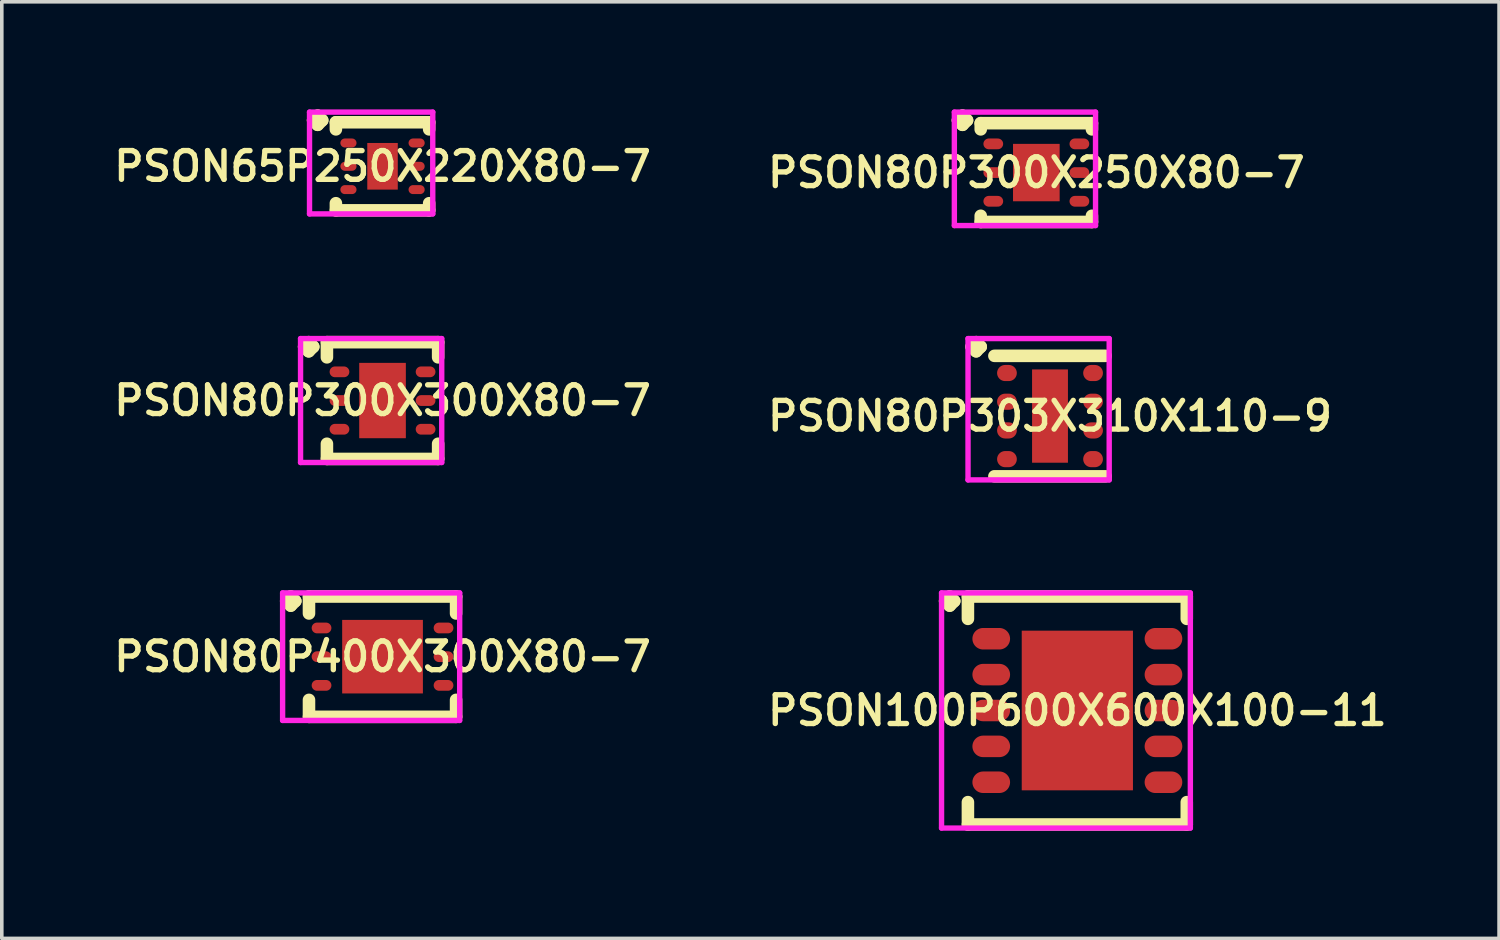
<source format=kicad_pcb>
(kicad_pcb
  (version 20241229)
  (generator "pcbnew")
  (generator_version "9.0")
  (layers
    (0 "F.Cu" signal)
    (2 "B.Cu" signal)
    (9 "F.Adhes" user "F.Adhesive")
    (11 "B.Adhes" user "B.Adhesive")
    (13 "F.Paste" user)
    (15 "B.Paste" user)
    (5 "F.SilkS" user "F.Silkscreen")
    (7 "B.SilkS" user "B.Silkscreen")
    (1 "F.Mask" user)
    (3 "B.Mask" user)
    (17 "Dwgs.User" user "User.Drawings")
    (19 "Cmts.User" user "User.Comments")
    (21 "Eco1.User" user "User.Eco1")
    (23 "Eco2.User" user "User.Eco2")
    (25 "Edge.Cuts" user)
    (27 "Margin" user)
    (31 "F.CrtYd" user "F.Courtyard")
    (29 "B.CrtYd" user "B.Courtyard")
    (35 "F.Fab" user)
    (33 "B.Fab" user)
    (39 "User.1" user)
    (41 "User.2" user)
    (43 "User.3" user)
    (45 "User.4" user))
  (footprint "PSON80P300X250X80-7"
    (layer "F.Cu")
    (at 25.835 1.76)
    (property "Reference" "PSON80P300X250X80-7" (at 0 0 0) (layer "F.SilkS") (effects (font (size 0.8 0.8) (thickness 0.15))))
    (attr smd)
    (fp_line (start -2.185 -1.458) (end -2.058 -1.585) (stroke (width 0.35) (type solid)) (layer "F.SilkS"))
    (fp_line (start -2.058 -1.585) (end -1.931 -1.458) (stroke (width 0.35) (type solid)) (layer "F.SilkS"))
    (fp_line (start -2.058 -1.331) (end -2.185 -1.458) (stroke (width 0.35) (type solid)) (layer "F.SilkS"))
    (fp_line (start -1.931 -1.458) (end -2.058 -1.331) (stroke (width 0.35) (type solid)) (layer "F.SilkS"))
    (fp_line (start -1.55 -1.377) (end 1.55 -1.377) (stroke (width 0.35) (type solid)) (layer "F.SilkS"))
    (fp_line (start -1.55 -1.204) (end -1.55 -1.377) (stroke (width 0.35) (type solid)) (layer "F.SilkS"))
    (fp_line (start -1.55 1.204) (end -1.55 1.377) (stroke (width 0.35) (type solid)) (layer "F.SilkS"))
    (fp_line (start -1.55 1.377) (end 1.55 1.377) (stroke (width 0.35) (type solid)) (layer "F.SilkS"))
    (fp_line (start 1.55 -1.377) (end 1.55 -1.204) (stroke (width 0.35) (type solid)) (layer "F.SilkS"))
    (fp_line (start 1.55 1.377) (end 1.55 1.204) (stroke (width 0.35) (type solid)) (layer "F.SilkS"))
    (fp_line (start -2.285 -1.685) (end 1.65 -1.685) (stroke (width 0.15) (type solid)) (layer "F.CrtYd"))
    (fp_line (start -2.285 1.477) (end -2.285 -1.685) (stroke (width 0.15) (type solid)) (layer "F.CrtYd"))
    (fp_line (start 1.65 -1.685) (end 1.65 1.477) (stroke (width 0.15) (type solid)) (layer "F.CrtYd"))
    (fp_line (start 1.65 1.477) (end -2.285 1.477) (stroke (width 0.15) (type solid)) (layer "F.CrtYd"))
    (pad "1" smd oval (at -1.2 -0.8) (size 0.55 0.3) (layers "F.Cu" "F.Mask" "F.Paste"))
    (pad "2" smd oval (at -1.2 0) (size 0.55 0.3) (layers "F.Cu" "F.Mask" "F.Paste"))
    (pad "3" smd oval (at -1.2 0.8) (size 0.55 0.3) (layers "F.Cu" "F.Mask" "F.Paste"))
    (pad "4" smd oval (at 1.2 0.8) (size 0.55 0.3) (layers "F.Cu" "F.Mask" "F.Paste"))
    (pad "5" smd oval (at 1.2 0) (size 0.55 0.3) (layers "F.Cu" "F.Mask" "F.Paste"))
    (pad "6" smd oval (at 1.2 -0.8) (size 0.55 0.3) (layers "F.Cu" "F.Mask" "F.Paste"))
    (pad "7" smd rect (at 0 0) (size 1.3 1.6) (layers "F.Cu" "F.Mask" "F.Paste")))
  (footprint "PSON65P250X220X80-7"
    (layer "F.Cu")
    (at 7.612 1.585)
    (property "Reference" "PSON65P250X220X80-7" (at 0 0 0) (layer "F.SilkS") (effects (font (size 0.8 0.8) (thickness 0.15))))
    (attr smd)
    (fp_line (start -1.935 -1.283) (end -1.808 -1.41) (stroke (width 0.35) (type solid)) (layer "F.SilkS"))
    (fp_line (start -1.808 -1.41) (end -1.681 -1.283) (stroke (width 0.35) (type solid)) (layer "F.SilkS"))
    (fp_line (start -1.808 -1.156) (end -1.935 -1.283) (stroke (width 0.35) (type solid)) (layer "F.SilkS"))
    (fp_line (start -1.681 -1.283) (end -1.808 -1.156) (stroke (width 0.35) (type solid)) (layer "F.SilkS"))
    (fp_line (start -1.3 -1.227) (end 1.3 -1.227) (stroke (width 0.35) (type solid)) (layer "F.SilkS"))
    (fp_line (start -1.3 -1.029) (end -1.3 -1.227) (stroke (width 0.35) (type solid)) (layer "F.SilkS"))
    (fp_line (start -1.3 1.029) (end -1.3 1.227) (stroke (width 0.35) (type solid)) (layer "F.SilkS"))
    (fp_line (start -1.3 1.227) (end 1.3 1.227) (stroke (width 0.35) (type solid)) (layer "F.SilkS"))
    (fp_line (start 1.3 -1.227) (end 1.3 -1.029) (stroke (width 0.35) (type solid)) (layer "F.SilkS"))
    (fp_line (start 1.3 1.227) (end 1.3 1.029) (stroke (width 0.35) (type solid)) (layer "F.SilkS"))
    (fp_line (start -2.035 -1.51) (end 1.4 -1.51) (stroke (width 0.15) (type solid)) (layer "F.CrtYd"))
    (fp_line (start -2.035 1.327) (end -2.035 -1.51) (stroke (width 0.15) (type solid)) (layer "F.CrtYd"))
    (fp_line (start 1.4 -1.51) (end 1.4 1.327) (stroke (width 0.15) (type solid)) (layer "F.CrtYd"))
    (fp_line (start 1.4 1.327) (end -2.035 1.327) (stroke (width 0.15) (type solid)) (layer "F.CrtYd"))
    (pad "1" smd oval (at -0.95 -0.65) (size 0.45 0.25) (layers "F.Cu" "F.Mask" "F.Paste"))
    (pad "2" smd oval (at -0.95 0) (size 0.45 0.25) (layers "F.Cu" "F.Mask" "F.Paste"))
    (pad "3" smd oval (at -0.95 0.65) (size 0.45 0.25) (layers "F.Cu" "F.Mask" "F.Paste"))
    (pad "4" smd oval (at 0.95 0.65) (size 0.45 0.25) (layers "F.Cu" "F.Mask" "F.Paste"))
    (pad "5" smd oval (at 0.95 0) (size 0.45 0.25) (layers "F.Cu" "F.Mask" "F.Paste"))
    (pad "6" smd oval (at 0.95 -0.65) (size 0.45 0.25) (layers "F.Cu" "F.Mask" "F.Paste"))
    (pad "7" smd rect (at 0 0) (size 0.85 1.3) (layers "F.Cu" "F.Mask" "F.Paste")))
  (footprint "PSON80P300X300X80-7"
    (layer "F.Cu")
    (at 7.612 8.114)
    (property "Reference" "PSON80P300X300X80-7" (at 0 0 0) (layer "F.SilkS") (effects (font (size 0.8 0.8) (thickness 0.15))))
    (attr smd)
    (fp_line (start -2.185 -1.5) (end -2.058 -1.627) (stroke (width 0.35) (type solid)) (layer "F.SilkS"))
    (fp_line (start -2.058 -1.627) (end -1.931 -1.5) (stroke (width 0.35) (type solid)) (layer "F.SilkS"))
    (fp_line (start -2.058 -1.373) (end -2.185 -1.5) (stroke (width 0.35) (type solid)) (layer "F.SilkS"))
    (fp_line (start -1.931 -1.5) (end -2.058 -1.373) (stroke (width 0.35) (type solid)) (layer "F.SilkS"))
    (fp_line (start -1.55 -1.627) (end 1.55 -1.627) (stroke (width 0.35) (type solid)) (layer "F.SilkS"))
    (fp_line (start -1.55 -1.204) (end -1.55 -1.627) (stroke (width 0.35) (type solid)) (layer "F.SilkS"))
    (fp_line (start -1.55 1.204) (end -1.55 1.627) (stroke (width 0.35) (type solid)) (layer "F.SilkS"))
    (fp_line (start -1.55 1.627) (end 1.55 1.627) (stroke (width 0.35) (type solid)) (layer "F.SilkS"))
    (fp_line (start 1.55 -1.627) (end 1.55 -1.204) (stroke (width 0.35) (type solid)) (layer "F.SilkS"))
    (fp_line (start 1.55 1.627) (end 1.55 1.204) (stroke (width 0.35) (type solid)) (layer "F.SilkS"))
    (fp_line (start -2.285 -1.727) (end 1.65 -1.727) (stroke (width 0.15) (type solid)) (layer "F.CrtYd"))
    (fp_line (start -2.285 1.727) (end -2.285 -1.727) (stroke (width 0.15) (type solid)) (layer "F.CrtYd"))
    (fp_line (start 1.65 -1.727) (end 1.65 1.727) (stroke (width 0.15) (type solid)) (layer "F.CrtYd"))
    (fp_line (start 1.65 1.727) (end -2.285 1.727) (stroke (width 0.15) (type solid)) (layer "F.CrtYd"))
    (pad "1" smd oval (at -1.2 -0.8) (size 0.55 0.3) (layers "F.Cu" "F.Mask" "F.Paste"))
    (pad "2" smd oval (at -1.2 0) (size 0.55 0.3) (layers "F.Cu" "F.Mask" "F.Paste"))
    (pad "3" smd oval (at -1.2 0.8) (size 0.55 0.3) (layers "F.Cu" "F.Mask" "F.Paste"))
    (pad "4" smd oval (at 1.2 0.8) (size 0.55 0.3) (layers "F.Cu" "F.Mask" "F.Paste"))
    (pad "5" smd oval (at 1.2 0) (size 0.55 0.3) (layers "F.Cu" "F.Mask" "F.Paste"))
    (pad "6" smd oval (at 1.2 -0.8) (size 0.55 0.3) (layers "F.Cu" "F.Mask" "F.Paste"))
    (pad "7" smd rect (at 0 0) (size 1.3 2.1) (layers "F.Cu" "F.Mask" "F.Paste")))
  (footprint "PSON100P600X600X100-11"
    (layer "F.Cu")
    (at 26.978 16.753)
    (property "Reference" "PSON100P600X600X100-11" (at 0 0 0) (layer "F.SilkS") (effects (font (size 0.8 0.8) (thickness 0.15))))
    (attr smd)
    (fp_line (start -3.685 -3.05) (end -3.558 -3.177) (stroke (width 0.35) (type solid)) (layer "F.SilkS"))
    (fp_line (start -3.558 -3.177) (end -3.431 -3.05) (stroke (width 0.35) (type solid)) (layer "F.SilkS"))
    (fp_line (start -3.558 -2.923) (end -3.685 -3.05) (stroke (width 0.35) (type solid)) (layer "F.SilkS"))
    (fp_line (start -3.431 -3.05) (end -3.558 -2.923) (stroke (width 0.35) (type solid)) (layer "F.SilkS"))
    (fp_line (start -3.05 -3.177) (end 3.05 -3.177) (stroke (width 0.35) (type solid)) (layer "F.SilkS"))
    (fp_line (start -3.05 -2.554) (end -3.05 -3.177) (stroke (width 0.35) (type solid)) (layer "F.SilkS"))
    (fp_line (start -3.05 2.554) (end -3.05 3.177) (stroke (width 0.35) (type solid)) (layer "F.SilkS"))
    (fp_line (start -3.05 3.177) (end 3.05 3.177) (stroke (width 0.35) (type solid)) (layer "F.SilkS"))
    (fp_line (start 3.05 -3.177) (end 3.05 -2.554) (stroke (width 0.35) (type solid)) (layer "F.SilkS"))
    (fp_line (start 3.05 3.177) (end 3.05 2.554) (stroke (width 0.35) (type solid)) (layer "F.SilkS"))
    (fp_line (start -3.785 -3.277) (end 3.15 -3.277) (stroke (width 0.15) (type solid)) (layer "F.CrtYd"))
    (fp_line (start -3.785 3.277) (end -3.785 -3.277) (stroke (width 0.15) (type solid)) (layer "F.CrtYd"))
    (fp_line (start 3.15 -3.277) (end 3.15 3.277) (stroke (width 0.15) (type solid)) (layer "F.CrtYd"))
    (fp_line (start 3.15 3.277) (end -3.785 3.277) (stroke (width 0.15) (type solid)) (layer "F.CrtYd"))
    (pad "1" smd oval (at -2.4 -2) (size 1.05 0.6) (layers "F.Cu" "F.Mask" "F.Paste"))
    (pad "2" smd oval (at -2.4 -1) (size 1.05 0.6) (layers "F.Cu" "F.Mask" "F.Paste"))
    (pad "3" smd oval (at -2.4 0) (size 1.05 0.6) (layers "F.Cu" "F.Mask" "F.Paste"))
    (pad "4" smd oval (at -2.4 1) (size 1.05 0.6) (layers "F.Cu" "F.Mask" "F.Paste"))
    (pad "5" smd oval (at -2.4 2) (size 1.05 0.6) (layers "F.Cu" "F.Mask" "F.Paste"))
    (pad "6" smd oval (at 2.4 2) (size 1.05 0.6) (layers "F.Cu" "F.Mask" "F.Paste"))
    (pad "7" smd oval (at 2.4 1) (size 1.05 0.6) (layers "F.Cu" "F.Mask" "F.Paste"))
    (pad "8" smd oval (at 2.4 0) (size 1.05 0.6) (layers "F.Cu" "F.Mask" "F.Paste"))
    (pad "9" smd oval (at 2.4 -1) (size 1.05 0.6) (layers "F.Cu" "F.Mask" "F.Paste"))
    (pad "10" smd oval (at 2.4 -2) (size 1.05 0.6) (layers "F.Cu" "F.Mask" "F.Paste"))
    (pad "11" smd rect (at 0 0) (size 3.1 4.45) (layers "F.Cu" "F.Mask" "F.Paste")))
  (footprint "PSON80P303X310X110-9"
    (layer "F.Cu")
    (at 26.216 8.547)
    (property "Reference" "PSON80P303X310X110-9" (at 0 0 0) (layer "F.SilkS") (effects (font (size 0.8 0.8) (thickness 0.15))))
    (attr smd)
    (fp_line (start -2.185 -1.933) (end -2.058 -2.06) (stroke (width 0.35) (type solid)) (layer "F.SilkS"))
    (fp_line (start -2.058 -2.06) (end -1.931 -1.933) (stroke (width 0.35) (type solid)) (layer "F.SilkS"))
    (fp_line (start -2.058 -1.806) (end -2.185 -1.933) (stroke (width 0.35) (type solid)) (layer "F.SilkS"))
    (fp_line (start -1.931 -1.933) (end -2.058 -1.806) (stroke (width 0.35) (type solid)) (layer "F.SilkS"))
    (fp_line (start -1.55 -1.679) (end 1.55 -1.679) (stroke (width 0.35) (type solid)) (layer "F.SilkS"))
    (fp_line (start -1.55 1.679) (end 1.55 1.679) (stroke (width 0.35) (type solid)) (layer "F.SilkS"))
    (fp_line (start -2.285 -2.16) (end 1.65 -2.16) (stroke (width 0.15) (type solid)) (layer "F.CrtYd"))
    (fp_line (start -2.285 1.779) (end -2.285 -2.16) (stroke (width 0.15) (type solid)) (layer "F.CrtYd"))
    (fp_line (start 1.65 -2.16) (end 1.65 1.779) (stroke (width 0.15) (type solid)) (layer "F.CrtYd"))
    (fp_line (start 1.65 1.779) (end -2.285 1.779) (stroke (width 0.15) (type solid)) (layer "F.CrtYd"))
    (pad "1" smd oval (at -1.2 -1.2) (size 0.55 0.45) (layers "F.Cu" "F.Mask" "F.Paste"))
    (pad "2" smd oval (at -1.2 -0.4) (size 0.55 0.45) (layers "F.Cu" "F.Mask" "F.Paste"))
    (pad "3" smd oval (at -1.2 0.4) (size 0.55 0.45) (layers "F.Cu" "F.Mask" "F.Paste"))
    (pad "4" smd oval (at -1.2 1.2) (size 0.55 0.45) (layers "F.Cu" "F.Mask" "F.Paste"))
    (pad "5" smd oval (at 1.2 1.2) (size 0.55 0.45) (layers "F.Cu" "F.Mask" "F.Paste"))
    (pad "6" smd oval (at 1.2 0.4) (size 0.55 0.45) (layers "F.Cu" "F.Mask" "F.Paste"))
    (pad "7" smd oval (at 1.2 -0.4) (size 0.55 0.45) (layers "F.Cu" "F.Mask" "F.Paste"))
    (pad "8" smd oval (at 1.2 -1.2) (size 0.55 0.45) (layers "F.Cu" "F.Mask" "F.Paste"))
    (pad "9" smd rect (at 0 0) (size 1 2.6) (layers "F.Cu" "F.Mask" "F.Paste")))
  (footprint "PSON80P400X300X80-7"
    (layer "F.Cu")
    (at 7.612 15.253)
    (property "Reference" "PSON80P400X300X80-7" (at 0 0 0) (layer "F.SilkS") (effects (font (size 0.8 0.8) (thickness 0.15))))
    (attr smd)
    (fp_line (start -2.685 -1.55) (end -2.558 -1.677) (stroke (width 0.35) (type solid)) (layer "F.SilkS"))
    (fp_line (start -2.558 -1.677) (end -2.431 -1.55) (stroke (width 0.35) (type solid)) (layer "F.SilkS"))
    (fp_line (start -2.558 -1.423) (end -2.685 -1.55) (stroke (width 0.35) (type solid)) (layer "F.SilkS"))
    (fp_line (start -2.431 -1.55) (end -2.558 -1.423) (stroke (width 0.35) (type solid)) (layer "F.SilkS"))
    (fp_line (start -2.05 -1.677) (end 2.05 -1.677) (stroke (width 0.35) (type solid)) (layer "F.SilkS"))
    (fp_line (start -2.05 -1.204) (end -2.05 -1.677) (stroke (width 0.35) (type solid)) (layer "F.SilkS"))
    (fp_line (start -2.05 1.204) (end -2.05 1.677) (stroke (width 0.35) (type solid)) (layer "F.SilkS"))
    (fp_line (start -2.05 1.677) (end 2.05 1.677) (stroke (width 0.35) (type solid)) (layer "F.SilkS"))
    (fp_line (start 2.05 -1.677) (end 2.05 -1.204) (stroke (width 0.35) (type solid)) (layer "F.SilkS"))
    (fp_line (start 2.05 1.677) (end 2.05 1.204) (stroke (width 0.35) (type solid)) (layer "F.SilkS"))
    (fp_line (start -2.785 -1.777) (end 2.15 -1.777) (stroke (width 0.15) (type solid)) (layer "F.CrtYd"))
    (fp_line (start -2.785 1.777) (end -2.785 -1.777) (stroke (width 0.15) (type solid)) (layer "F.CrtYd"))
    (fp_line (start 2.15 -1.777) (end 2.15 1.777) (stroke (width 0.15) (type solid)) (layer "F.CrtYd"))
    (fp_line (start 2.15 1.777) (end -2.785 1.777) (stroke (width 0.15) (type solid)) (layer "F.CrtYd"))
    (pad "1" smd oval (at -1.7 -0.8) (size 0.55 0.3) (layers "F.Cu" "F.Mask" "F.Paste"))
    (pad "2" smd oval (at -1.7 0) (size 0.55 0.3) (layers "F.Cu" "F.Mask" "F.Paste"))
    (pad "3" smd oval (at -1.7 0.8) (size 0.55 0.3) (layers "F.Cu" "F.Mask" "F.Paste"))
    (pad "4" smd oval (at 1.7 0.8) (size 0.55 0.3) (layers "F.Cu" "F.Mask" "F.Paste"))
    (pad "5" smd oval (at 1.7 0) (size 0.55 0.3) (layers "F.Cu" "F.Mask" "F.Paste"))
    (pad "6" smd oval (at 1.7 -0.8) (size 0.55 0.3) (layers "F.Cu" "F.Mask" "F.Paste"))
    (pad "7" smd rect (at 0 0) (size 2.25 2.05) (layers "F.Cu" "F.Mask" "F.Paste")))
  (gr_rect
    (start -3 -3)
    (end 38.732 23.105)
    (stroke (width 0.1) (type default))
    (fill no)
    (layer "Edge.Cuts")))
</source>
